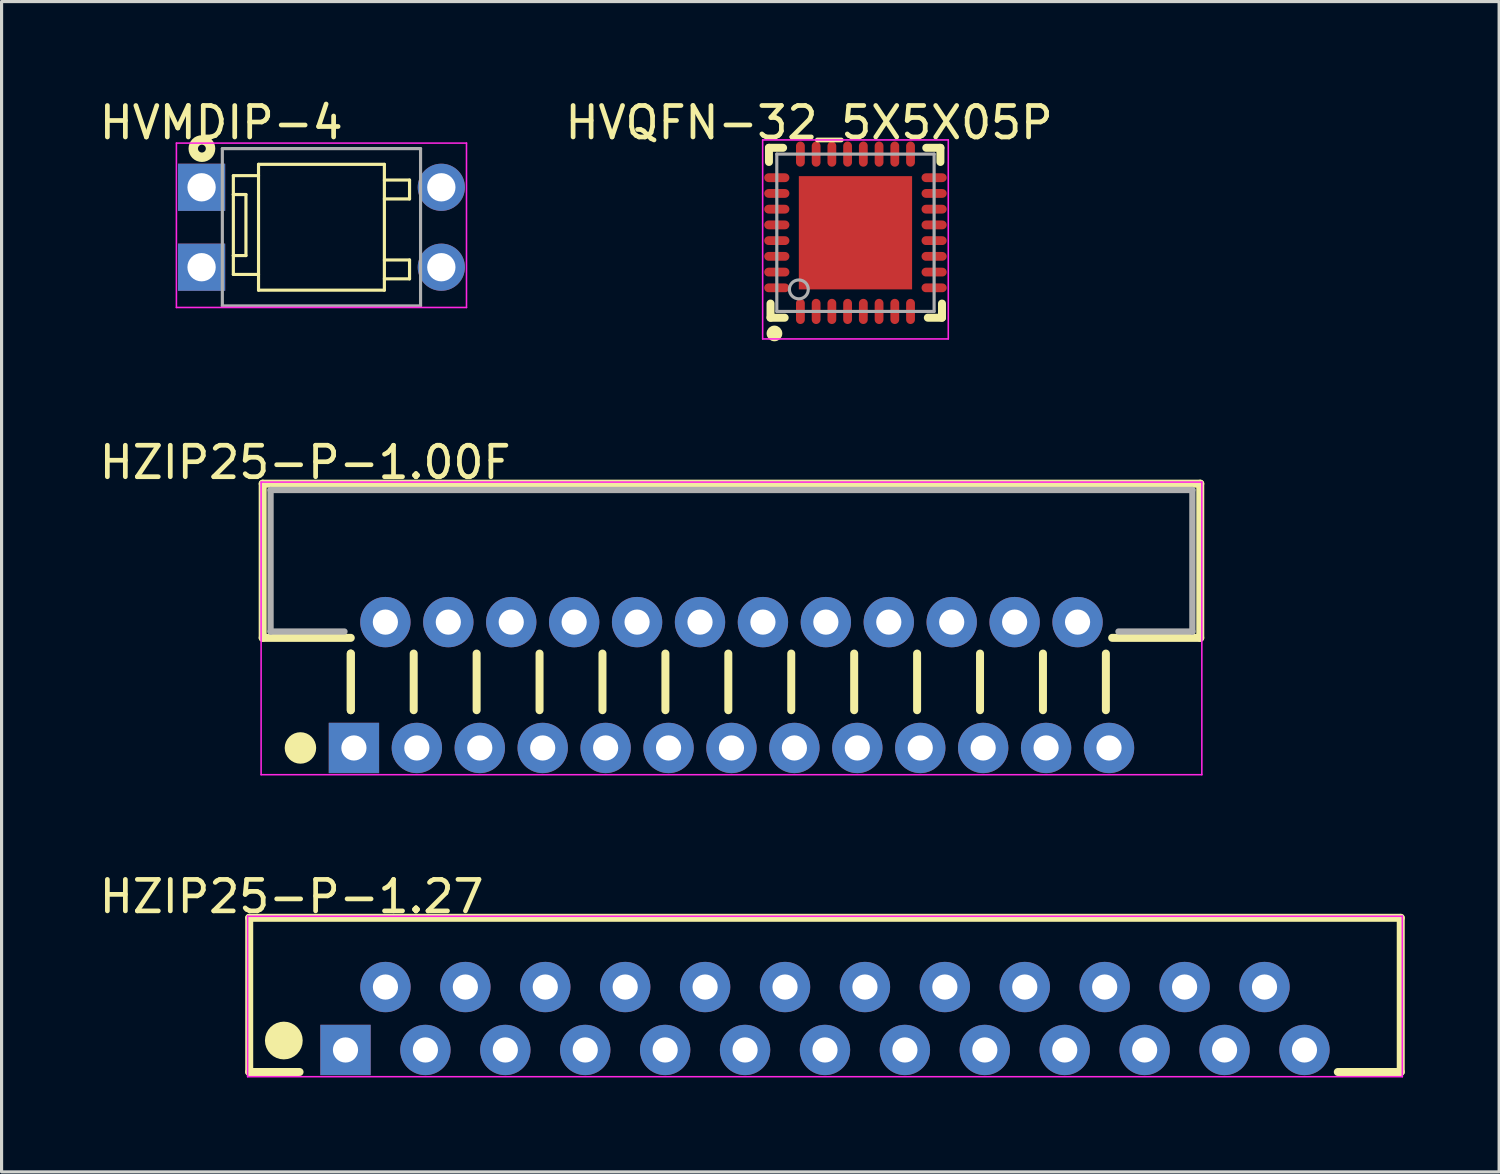
<source format=kicad_pcb>
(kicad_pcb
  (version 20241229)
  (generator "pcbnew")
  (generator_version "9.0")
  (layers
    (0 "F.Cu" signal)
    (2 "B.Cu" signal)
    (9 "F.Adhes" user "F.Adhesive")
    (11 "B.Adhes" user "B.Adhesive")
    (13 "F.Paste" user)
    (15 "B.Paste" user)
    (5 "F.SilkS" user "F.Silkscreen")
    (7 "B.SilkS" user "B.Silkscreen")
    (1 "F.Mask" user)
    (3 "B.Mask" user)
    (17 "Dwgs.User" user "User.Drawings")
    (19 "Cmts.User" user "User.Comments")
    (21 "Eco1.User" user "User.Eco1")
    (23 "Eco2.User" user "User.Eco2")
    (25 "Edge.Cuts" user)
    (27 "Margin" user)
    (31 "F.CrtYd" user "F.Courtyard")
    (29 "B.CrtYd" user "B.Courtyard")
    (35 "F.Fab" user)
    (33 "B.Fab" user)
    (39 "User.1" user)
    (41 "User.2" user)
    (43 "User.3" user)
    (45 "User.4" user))
  (footprint "HVQFN-32_5X5X05P"
    (layer "F.Cu")
    (at 24.14 4.348)
    (property "Reference" "HVQFN-32_5X5X05P" (at -1.474 -3.5 0) (layer "F.SilkS") (effects (font (size 1 1) (thickness 0.15))))
    (attr through_hole)
    (fp_line (start -2.75 -2.7) (end -2.3 -2.7) (stroke (width 0.254) (type solid)) (layer "F.SilkS"))
    (fp_line (start -2.75 -2.25) (end -2.75 -2.7) (stroke (width 0.254) (type solid)) (layer "F.SilkS"))
    (fp_line (start -2.7 2.7) (end -2.7 2.25) (stroke (width 0.254) (type solid)) (layer "F.SilkS"))
    (fp_line (start -2.7 2.7) (end -2.25 2.7) (stroke (width 0.254) (type solid)) (layer "F.SilkS"))
    (fp_line (start 2.25 -2.7) (end 2.7 -2.7) (stroke (width 0.254) (type solid)) (layer "F.SilkS"))
    (fp_line (start 2.3 2.7) (end 2.75 2.7) (stroke (width 0.254) (type solid)) (layer "F.SilkS"))
    (fp_line (start 2.7 -2.25) (end 2.7 -2.7) (stroke (width 0.254) (type solid)) (layer "F.SilkS"))
    (fp_line (start 2.75 2.7) (end 2.75 2.25) (stroke (width 0.254) (type solid)) (layer "F.SilkS"))
    (fp_circle (center -2.575 3.2) (end -2.45 3.2) (stroke (width 0.25) (type solid)) (fill no) (layer "F.SilkS"))
    (fp_line (start -2.95 -2.95) (end 2.95 -2.95) (stroke (width 0.05) (type solid)) (layer "F.CrtYd"))
    (fp_line (start -2.95 3.375) (end -2.95 -2.95) (stroke (width 0.05) (type solid)) (layer "F.CrtYd"))
    (fp_line (start 2.95 -2.95) (end 2.95 3.375) (stroke (width 0.05) (type solid)) (layer "F.CrtYd"))
    (fp_line (start 2.95 3.375) (end -2.95 3.375) (stroke (width 0.05) (type solid)) (layer "F.CrtYd"))
    (fp_line (start -2.5 -2.5) (end 2.5 -2.5) (stroke (width 0.1) (type solid)) (layer "F.Fab"))
    (fp_line (start -2.5 2.5) (end -2.5 -2.5) (stroke (width 0.1) (type solid)) (layer "F.Fab"))
    (fp_line (start -2.5 2.5) (end 2.5 2.5) (stroke (width 0.1) (type solid)) (layer "F.Fab"))
    (fp_line (start 2.5 2.5) (end 2.5 -2.5) (stroke (width 0.1) (type solid)) (layer "F.Fab"))
    (fp_circle (center -1.8 1.8) (end -1.5 1.8) (stroke (width 0.1) (type solid)) (fill no) (layer "F.Fab"))
    (pad "0" smd rect (at 0 0) (size 3.6 3.6) (layers "F.Cu" "F.Mask" "F.Paste"))
    (pad "1" smd oval (at -1.75 2.5) (size 0.28 0.8) (layers "F.Cu" "F.Mask" "F.Paste"))
    (pad "2" smd oval (at -1.25 2.5) (size 0.28 0.8) (layers "F.Cu" "F.Mask" "F.Paste"))
    (pad "3" smd oval (at -0.75 2.5) (size 0.28 0.8) (layers "F.Cu" "F.Mask" "F.Paste"))
    (pad "4" smd oval (at -0.25 2.5) (size 0.28 0.8) (layers "F.Cu" "F.Mask" "F.Paste"))
    (pad "5" smd oval (at 0.25 2.5) (size 0.28 0.8) (layers "F.Cu" "F.Mask" "F.Paste"))
    (pad "6" smd oval (at 0.75 2.5) (size 0.28 0.8) (layers "F.Cu" "F.Mask" "F.Paste"))
    (pad "7" smd oval (at 1.25 2.5) (size 0.28 0.8) (layers "F.Cu" "F.Mask" "F.Paste"))
    (pad "8" smd oval (at 1.75 2.5) (size 0.28 0.8) (layers "F.Cu" "F.Mask" "F.Paste"))
    (pad "9" smd oval (at 2.5 1.75 90) (size 0.28 0.8) (layers "F.Cu" "F.Mask" "F.Paste"))
    (pad "10" smd oval (at 2.5 1.25 90) (size 0.28 0.8) (layers "F.Cu" "F.Mask" "F.Paste"))
    (pad "11" smd oval (at 2.5 0.75 90) (size 0.28 0.8) (layers "F.Cu" "F.Mask" "F.Paste"))
    (pad "12" smd oval (at 2.5 0.25 90) (size 0.28 0.8) (layers "F.Cu" "F.Mask" "F.Paste"))
    (pad "13" smd oval (at 2.5 -0.25 90) (size 0.28 0.8) (layers "F.Cu" "F.Mask" "F.Paste"))
    (pad "14" smd oval (at 2.5 -0.75 90) (size 0.28 0.8) (layers "F.Cu" "F.Mask" "F.Paste"))
    (pad "15" smd oval (at 2.5 -1.25 90) (size 0.28 0.8) (layers "F.Cu" "F.Mask" "F.Paste"))
    (pad "16" smd oval (at 2.5 -1.75 90) (size 0.28 0.8) (layers "F.Cu" "F.Mask" "F.Paste"))
    (pad "17" smd oval (at 1.75 -2.5 180) (size 0.28 0.8) (layers "F.Cu" "F.Mask" "F.Paste"))
    (pad "18" smd oval (at 1.25 -2.5 180) (size 0.28 0.8) (layers "F.Cu" "F.Mask" "F.Paste"))
    (pad "19" smd oval (at 0.75 -2.5 180) (size 0.28 0.8) (layers "F.Cu" "F.Mask" "F.Paste"))
    (pad "20" smd oval (at 0.25 -2.5 180) (size 0.28 0.8) (layers "F.Cu" "F.Mask" "F.Paste"))
    (pad "21" smd oval (at -0.25 -2.5 180) (size 0.28 0.8) (layers "F.Cu" "F.Mask" "F.Paste"))
    (pad "22" smd oval (at -0.75 -2.5 180) (size 0.28 0.8) (layers "F.Cu" "F.Mask" "F.Paste"))
    (pad "23" smd oval (at -1.25 -2.5 180) (size 0.28 0.8) (layers "F.Cu" "F.Mask" "F.Paste"))
    (pad "24" smd oval (at -1.75 -2.5 180) (size 0.28 0.8) (layers "F.Cu" "F.Mask" "F.Paste"))
    (pad "25" smd oval (at -2.5 -1.75 270) (size 0.28 0.8) (layers "F.Cu" "F.Mask" "F.Paste"))
    (pad "26" smd oval (at -2.5 -1.25 270) (size 0.28 0.8) (layers "F.Cu" "F.Mask" "F.Paste"))
    (pad "27" smd oval (at -2.5 -0.75 270) (size 0.28 0.8) (layers "F.Cu" "F.Mask" "F.Paste"))
    (pad "28" smd oval (at -2.5 -0.25 270) (size 0.28 0.8) (layers "F.Cu" "F.Mask" "F.Paste"))
    (pad "29" smd oval (at -2.5 0.25 270) (size 0.28 0.8) (layers "F.Cu" "F.Mask" "F.Paste"))
    (pad "30" smd oval (at -2.5 0.75 270) (size 0.28 0.8) (layers "F.Cu" "F.Mask" "F.Paste"))
    (pad "31" smd oval (at -2.5 1.25 270) (size 0.28 0.8) (layers "F.Cu" "F.Mask" "F.Paste"))
    (pad "32" smd oval (at -2.5 1.75 270) (size 0.28 0.8) (layers "F.Cu" "F.Mask" "F.Paste")))
  (footprint "HZIP25-P-1.00F"
    (layer "F.Cu")
    (at 20.199 20.723)
    (property "Reference" "HZIP25-P-1.00F" (at -13.551 -9.076 0) (layer "F.SilkS") (effects (font (size 1 1) (thickness 0.15))))
    (attr through_hole)
    (fp_line (start -14.9 -8.4) (end 14.9 -8.4) (stroke (width 0.254) (type solid)) (layer "F.SilkS"))
    (fp_line (start -14.9 -3.5) (end -14.9 -8.4) (stroke (width 0.254) (type solid)) (layer "F.SilkS"))
    (fp_line (start -14.9 -3.5) (end -12.1 -3.5) (stroke (width 0.254) (type solid)) (layer "F.SilkS"))
    (fp_line (start -12.1 -1.2) (end -12.1 -3) (stroke (width 0.254) (type solid)) (layer "F.SilkS"))
    (fp_line (start -12.1 -1.2) (end -12.1 -3) (stroke (width 0.254) (type solid)) (layer "F.SilkS"))
    (fp_line (start -10.1 -1.2) (end -10.1 -3) (stroke (width 0.254) (type solid)) (layer "F.SilkS"))
    (fp_line (start -8.1 -1.2) (end -8.1 -3) (stroke (width 0.254) (type solid)) (layer "F.SilkS"))
    (fp_line (start -6.1 -1.2) (end -6.1 -3) (stroke (width 0.254) (type solid)) (layer "F.SilkS"))
    (fp_line (start -4.1 -1.2) (end -4.1 -3) (stroke (width 0.254) (type solid)) (layer "F.SilkS"))
    (fp_line (start -2.1 -1.2) (end -2.1 -3) (stroke (width 0.254) (type solid)) (layer "F.SilkS"))
    (fp_line (start -0.1 -1.2) (end -0.1 -3) (stroke (width 0.254) (type solid)) (layer "F.SilkS"))
    (fp_line (start 1.9 -1.2) (end 1.9 -3) (stroke (width 0.254) (type solid)) (layer "F.SilkS"))
    (fp_line (start 3.9 -1.2) (end 3.9 -3) (stroke (width 0.254) (type solid)) (layer "F.SilkS"))
    (fp_line (start 5.9 -1.2) (end 5.9 -3) (stroke (width 0.254) (type solid)) (layer "F.SilkS"))
    (fp_line (start 7.9 -1.2) (end 7.9 -3) (stroke (width 0.254) (type solid)) (layer "F.SilkS"))
    (fp_line (start 9.9 -1.2) (end 9.9 -3) (stroke (width 0.254) (type solid)) (layer "F.SilkS"))
    (fp_line (start 11.9 -1.2) (end 11.9 -3) (stroke (width 0.254) (type solid)) (layer "F.SilkS"))
    (fp_line (start 12.1 -3.5) (end 14.9 -3.5) (stroke (width 0.254) (type solid)) (layer "F.SilkS"))
    (fp_line (start 14.9 -3.5) (end 14.9 -8.4) (stroke (width 0.254) (type solid)) (layer "F.SilkS"))
    (fp_circle (center -13.7 0) (end -13.45 0) (stroke (width 0.5) (type solid)) (fill no) (layer "F.SilkS"))
    (fp_line (start -14.95 -8.45) (end 14.95 -8.45) (stroke (width 0.05) (type solid)) (layer "F.CrtYd"))
    (fp_line (start -14.95 0.85) (end -14.95 -8.45) (stroke (width 0.05) (type solid)) (layer "F.CrtYd"))
    (fp_line (start 14.95 -8.45) (end 14.95 0.85) (stroke (width 0.05) (type solid)) (layer "F.CrtYd"))
    (fp_line (start 14.95 0.85) (end -14.95 0.85) (stroke (width 0.05) (type solid)) (layer "F.CrtYd"))
    (fp_line (start -14.65 -8.2) (end 14.65 -8.2) (stroke (width 0.2) (type solid)) (layer "F.Fab"))
    (fp_line (start -14.65 -3.7) (end -14.65 -8.2) (stroke (width 0.2) (type solid)) (layer "F.Fab"))
    (fp_line (start -14.65 -3.7) (end -12.3 -3.7) (stroke (width 0.2) (type solid)) (layer "F.Fab"))
    (fp_line (start 12.3 -3.7) (end 14.65 -3.7) (stroke (width 0.2) (type solid)) (layer "F.Fab"))
    (fp_line (start 14.65 -3.7) (end 14.65 -8.2) (stroke (width 0.2) (type solid)) (layer "F.Fab"))
    (pad "1" thru_hole rect (at -12 0) (size 1.6 1.6) (drill 0.8) (layers "*.Cu" "*.Mask"))
    (pad "2" thru_hole oval (at -11 -4) (size 1.6 1.6) (drill 0.8) (layers "*.Cu" "*.Mask"))
    (pad "3" thru_hole oval (at -10 0) (size 1.6 1.6) (drill 0.8) (layers "*.Cu" "*.Mask"))
    (pad "4" thru_hole oval (at -9 -4) (size 1.6 1.6) (drill 0.8) (layers "*.Cu" "*.Mask"))
    (pad "5" thru_hole oval (at -8 0) (size 1.6 1.6) (drill 0.8) (layers "*.Cu" "*.Mask"))
    (pad "6" thru_hole oval (at -7 -4) (size 1.6 1.6) (drill 0.8) (layers "*.Cu" "*.Mask"))
    (pad "7" thru_hole oval (at -6 0) (size 1.6 1.6) (drill 0.8) (layers "*.Cu" "*.Mask"))
    (pad "8" thru_hole oval (at -5 -4) (size 1.6 1.6) (drill 0.8) (layers "*.Cu" "*.Mask"))
    (pad "9" thru_hole oval (at -4 0) (size 1.6 1.6) (drill 0.8) (layers "*.Cu" "*.Mask"))
    (pad "10" thru_hole oval (at -3 -4) (size 1.6 1.6) (drill 0.8) (layers "*.Cu" "*.Mask"))
    (pad "11" thru_hole oval (at -2 0) (size 1.6 1.6) (drill 0.8) (layers "*.Cu" "*.Mask"))
    (pad "12" thru_hole oval (at -1 -4) (size 1.6 1.6) (drill 0.8) (layers "*.Cu" "*.Mask"))
    (pad "13" thru_hole oval (at 0 0) (size 1.6 1.6) (drill 0.8) (layers "*.Cu" "*.Mask"))
    (pad "14" thru_hole oval (at 1 -4) (size 1.6 1.6) (drill 0.8) (layers "*.Cu" "*.Mask"))
    (pad "15" thru_hole oval (at 2 0) (size 1.6 1.6) (drill 0.8) (layers "*.Cu" "*.Mask"))
    (pad "16" thru_hole oval (at 3 -4) (size 1.6 1.6) (drill 0.8) (layers "*.Cu" "*.Mask"))
    (pad "17" thru_hole oval (at 4 0) (size 1.6 1.6) (drill 0.8) (layers "*.Cu" "*.Mask"))
    (pad "18" thru_hole oval (at 5 -4) (size 1.6 1.6) (drill 0.8) (layers "*.Cu" "*.Mask"))
    (pad "19" thru_hole oval (at 6 0) (size 1.6 1.6) (drill 0.8) (layers "*.Cu" "*.Mask"))
    (pad "20" thru_hole oval (at 7 -4) (size 1.6 1.6) (drill 0.8) (layers "*.Cu" "*.Mask"))
    (pad "21" thru_hole oval (at 8 0) (size 1.6 1.6) (drill 0.8) (layers "*.Cu" "*.Mask"))
    (pad "22" thru_hole oval (at 9 -4) (size 1.6 1.6) (drill 0.8) (layers "*.Cu" "*.Mask"))
    (pad "23" thru_hole oval (at 10 0) (size 1.6 1.6) (drill 0.8) (layers "*.Cu" "*.Mask"))
    (pad "24" thru_hole oval (at 11 -4) (size 1.6 1.6) (drill 0.8) (layers "*.Cu" "*.Mask"))
    (pad "25" thru_hole oval (at 12 0) (size 1.6 1.6) (drill 0.8) (layers "*.Cu" "*.Mask")))
  (footprint "HVMDIP-4"
    (layer "F.Cu")
    (at 7.167 4.173)
    (property "Reference" "HVMDIP-4" (at -3.185 -3.324 0) (layer "F.SilkS") (effects (font (size 1 1) (thickness 0.15))))
    (attr through_hole)
    (fp_line (start -2.8 -1.64) (end -2 -1.64) (stroke (width 0.1) (type solid)) (layer "F.SilkS"))
    (fp_line (start -2.8 -1.04) (end -2.8 -1.64) (stroke (width 0.1) (type solid)) (layer "F.SilkS"))
    (fp_line (start -2.8 -1.04) (end -2.4 -1.04) (stroke (width 0.1) (type solid)) (layer "F.SilkS"))
    (fp_line (start -2.8 0.9) (end -2.8 -1.04) (stroke (width 0.1) (type solid)) (layer "F.SilkS"))
    (fp_line (start -2.8 0.9) (end -2.4 0.9) (stroke (width 0.1) (type solid)) (layer "F.SilkS"))
    (fp_line (start -2.8 1.5) (end -2.8 0.9) (stroke (width 0.1) (type solid)) (layer "F.SilkS"))
    (fp_line (start -2.8 1.5) (end -2 1.5) (stroke (width 0.1) (type solid)) (layer "F.SilkS"))
    (fp_line (start -2.4 0.9) (end -2.4 -1.04) (stroke (width 0.1) (type solid)) (layer "F.SilkS"))
    (fp_line (start -2 -2) (end 2 -2) (stroke (width 0.1) (type solid)) (layer "F.SilkS"))
    (fp_line (start -2 2) (end -2 -2) (stroke (width 0.1) (type solid)) (layer "F.SilkS"))
    (fp_line (start -2 2) (end 2 2) (stroke (width 0.1) (type solid)) (layer "F.SilkS"))
    (fp_line (start 2 -1.5) (end 2.8 -1.5) (stroke (width 0.1) (type solid)) (layer "F.SilkS"))
    (fp_line (start 2 -0.9) (end 2.8 -0.9) (stroke (width 0.1) (type solid)) (layer "F.SilkS"))
    (fp_line (start 2 1.04) (end 2.8 1.04) (stroke (width 0.1) (type solid)) (layer "F.SilkS"))
    (fp_line (start 2 1.64) (end 2.8 1.64) (stroke (width 0.1) (type solid)) (layer "F.SilkS"))
    (fp_line (start 2 2) (end 2 -2) (stroke (width 0.1) (type solid)) (layer "F.SilkS"))
    (fp_line (start 2.8 -0.9) (end 2.8 -1.5) (stroke (width 0.1) (type solid)) (layer "F.SilkS"))
    (fp_line (start 2.8 1.64) (end 2.8 1.04) (stroke (width 0.1) (type solid)) (layer "F.SilkS"))
    (fp_circle (center -3.8 -2.5) (end -3.675 -2.5) (stroke (width 0.3) (type solid)) (fill no) (layer "F.SilkS"))
    (fp_line (start -4.61 -2.675) (end 4.61 -2.675) (stroke (width 0.05) (type solid)) (layer "F.CrtYd"))
    (fp_line (start -4.61 2.55) (end -4.61 -2.675) (stroke (width 0.05) (type solid)) (layer "F.CrtYd"))
    (fp_line (start 4.61 -2.675) (end 4.61 2.55) (stroke (width 0.05) (type solid)) (layer "F.CrtYd"))
    (fp_line (start 4.61 2.55) (end -4.61 2.55) (stroke (width 0.05) (type solid)) (layer "F.CrtYd"))
    (fp_line (start -3.15 -2.5) (end 3.15 -2.5) (stroke (width 0.1) (type solid)) (layer "F.Fab"))
    (fp_line (start -3.15 2.5) (end -3.15 -2.5) (stroke (width 0.1) (type solid)) (layer "F.Fab"))
    (fp_line (start -3.15 2.5) (end 3.15 2.5) (stroke (width 0.1) (type solid)) (layer "F.Fab"))
    (fp_line (start 3.15 2.5) (end 3.15 -2.5) (stroke (width 0.1) (type solid)) (layer "F.Fab"))
    (pad "1" thru_hole rect (at -3.81 -1.27) (size 1.5 1.5) (drill 0.9) (layers "*.Cu" "*.Mask"))
    (pad "1" thru_hole rect (at -3.81 1.27) (size 1.5 1.5) (drill 0.9) (layers "*.Cu" "*.Mask"))
    (pad "2" thru_hole oval (at 3.81 1.27) (size 1.5 1.5) (drill 0.9) (layers "*.Cu" "*.Mask"))
    (pad "3" thru_hole oval (at 3.81 -1.27) (size 1.5 1.5) (drill 0.9) (layers "*.Cu" "*.Mask")))
  (footprint "HZIP25-P-1.27"
    (layer "F.Cu")
    (at 7.931 30.322)
    (property "Reference" "HZIP25-P-1.27" (at -1.711 -4.876 0) (layer "F.SilkS") (effects (font (size 1 1) (thickness 0.15))))
    (attr through_hole)
    (fp_line (start -3.06 -4.2) (end 33.54 -4.2) (stroke (width 0.254) (type solid)) (layer "F.SilkS"))
    (fp_line (start -3.06 0.7) (end -3.06 -4.2) (stroke (width 0.254) (type solid)) (layer "F.SilkS"))
    (fp_line (start -3.06 0.7) (end -1.46 0.7) (stroke (width 0.254) (type solid)) (layer "F.SilkS"))
    (fp_line (start 31.54 0.7) (end 33.54 0.7) (stroke (width 0.254) (type solid)) (layer "F.SilkS"))
    (fp_line (start 33.54 0.7) (end 33.54 -4.2) (stroke (width 0.254) (type solid)) (layer "F.SilkS"))
    (fp_circle (center -1.96 -0.3) (end -1.66 -0.3) (stroke (width 0.6) (type solid)) (fill no) (layer "F.SilkS"))
    (fp_line (start -3.11 -4.25) (end 33.59 -4.25) (stroke (width 0.05) (type solid)) (layer "F.CrtYd"))
    (fp_line (start -3.11 0.85) (end -3.11 -4.25) (stroke (width 0.05) (type solid)) (layer "F.CrtYd"))
    (fp_line (start 33.59 -4.25) (end 33.59 0.85) (stroke (width 0.05) (type solid)) (layer "F.CrtYd"))
    (fp_line (start 33.59 0.85) (end -3.11 0.85) (stroke (width 0.05) (type solid)) (layer "F.CrtYd"))
    (pad "1" thru_hole rect (at 0 0) (size 1.6 1.6) (drill 0.8) (layers "*.Cu" "*.Mask"))
    (pad "2" thru_hole oval (at 1.27 -2) (size 1.6 1.6) (drill 0.8) (layers "*.Cu" "*.Mask"))
    (pad "3" thru_hole oval (at 2.54 0) (size 1.6 1.6) (drill 0.8) (layers "*.Cu" "*.Mask"))
    (pad "4" thru_hole oval (at 3.81 -2) (size 1.6 1.6) (drill 0.8) (layers "*.Cu" "*.Mask"))
    (pad "5" thru_hole oval (at 5.08 0) (size 1.6 1.6) (drill 0.8) (layers "*.Cu" "*.Mask"))
    (pad "6" thru_hole oval (at 6.35 -2) (size 1.6 1.6) (drill 0.8) (layers "*.Cu" "*.Mask"))
    (pad "7" thru_hole oval (at 7.62 0) (size 1.6 1.6) (drill 0.8) (layers "*.Cu" "*.Mask"))
    (pad "8" thru_hole oval (at 8.89 -2) (size 1.6 1.6) (drill 0.8) (layers "*.Cu" "*.Mask"))
    (pad "9" thru_hole oval (at 10.16 0) (size 1.6 1.6) (drill 0.8) (layers "*.Cu" "*.Mask"))
    (pad "10" thru_hole oval (at 11.43 -2) (size 1.6 1.6) (drill 0.8) (layers "*.Cu" "*.Mask"))
    (pad "11" thru_hole oval (at 12.7 0) (size 1.6 1.6) (drill 0.8) (layers "*.Cu" "*.Mask"))
    (pad "12" thru_hole oval (at 13.97 -2) (size 1.6 1.6) (drill 0.8) (layers "*.Cu" "*.Mask"))
    (pad "13" thru_hole oval (at 15.24 0) (size 1.6 1.6) (drill 0.8) (layers "*.Cu" "*.Mask"))
    (pad "14" thru_hole oval (at 16.51 -2) (size 1.6 1.6) (drill 0.8) (layers "*.Cu" "*.Mask"))
    (pad "15" thru_hole oval (at 17.78 0) (size 1.6 1.6) (drill 0.8) (layers "*.Cu" "*.Mask"))
    (pad "16" thru_hole oval (at 19.05 -2) (size 1.6 1.6) (drill 0.8) (layers "*.Cu" "*.Mask"))
    (pad "17" thru_hole oval (at 20.32 0) (size 1.6 1.6) (drill 0.8) (layers "*.Cu" "*.Mask"))
    (pad "18" thru_hole oval (at 21.59 -2) (size 1.6 1.6) (drill 0.8) (layers "*.Cu" "*.Mask"))
    (pad "19" thru_hole oval (at 22.86 0) (size 1.6 1.6) (drill 0.8) (layers "*.Cu" "*.Mask"))
    (pad "20" thru_hole oval (at 24.13 -2) (size 1.6 1.6) (drill 0.8) (layers "*.Cu" "*.Mask"))
    (pad "21" thru_hole oval (at 25.4 0) (size 1.6 1.6) (drill 0.8) (layers "*.Cu" "*.Mask"))
    (pad "22" thru_hole oval (at 26.67 -2) (size 1.6 1.6) (drill 0.8) (layers "*.Cu" "*.Mask"))
    (pad "23" thru_hole oval (at 27.94 0) (size 1.6 1.6) (drill 0.8) (layers "*.Cu" "*.Mask"))
    (pad "24" thru_hole oval (at 29.21 -2) (size 1.6 1.6) (drill 0.8) (layers "*.Cu" "*.Mask"))
    (pad "25" thru_hole oval (at 30.48 0) (size 1.6 1.6) (drill 0.8) (layers "*.Cu" "*.Mask")))
  (gr_rect
    (start -3 -3)
    (end 44.598 34.197)
    (stroke (width 0.1) (type default))
    (fill no)
    (layer "Edge.Cuts")))
</source>
